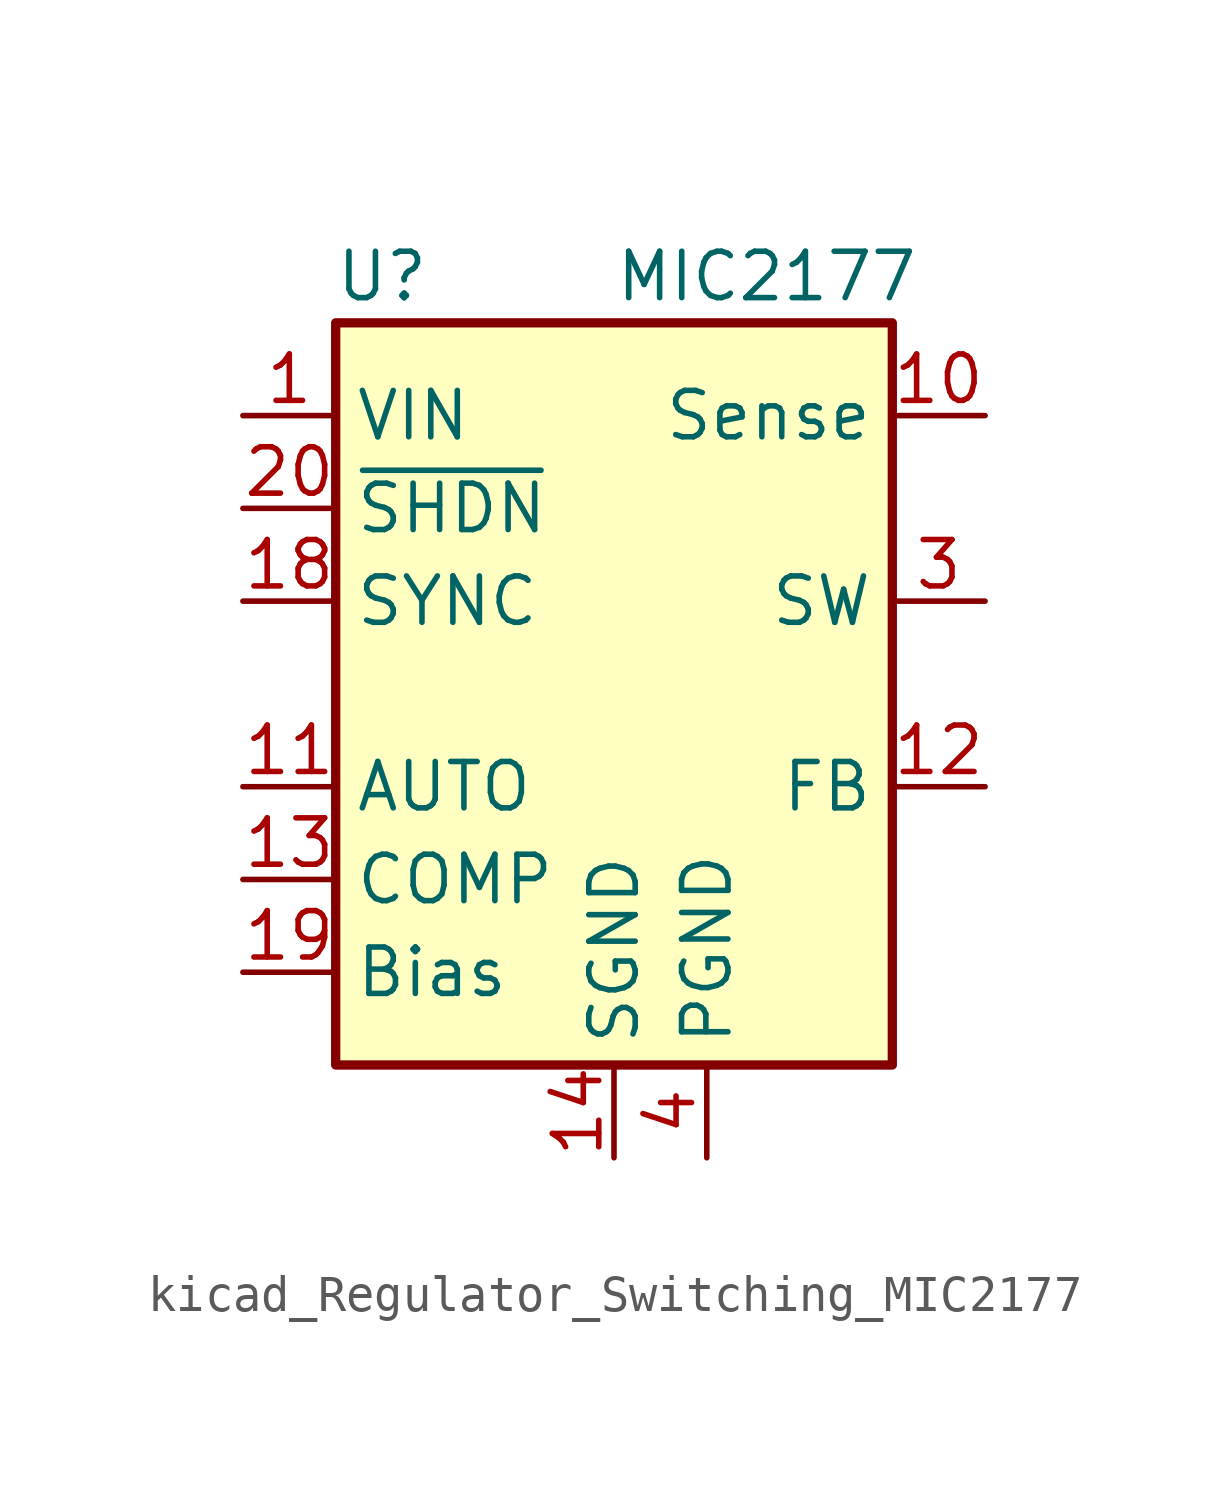
<source format=kicad_sym>
(kicad_symbol_lib
  (version 20220914)
  (generator kicad_symbol_editor)
  (symbol "kicad_Regulator_Switching_MIC2177"
    (property "Reference" "U"
      (at -6.35 13.97 0)
      (effects (font (size 1.27 1.27))))
    (property "Value" "MIC2177"
      (at 0 13.97 0)
      (effects (font (size 1.27 1.27)) (justify left)))
    (symbol "kicad_Regulator_Switching_MIC2177_0_1"
      (rectangle (start -7.62 12.7) (end 7.62 -7.62) (stroke (width 0.254) (type default)) (fill (type background))))
    (symbol "kicad_Regulator_Switching_MIC2177_1_1"
      (pin power_in line (at -10.16 10.16 0) (length 2.54) (name "VIN" (effects (font (size 1.27 1.27)))) (number "1" (effects (font (size 1.27 1.27)))))
      (pin input line (at 10.16 10.16 180) (length 2.54) (name "Sense" (effects (font (size 1.27 1.27)))) (number "10" (effects (font (size 1.27 1.27)))))
      (pin input line (at -10.16 0 0) (length 2.54) (name "AUTO" (effects (font (size 1.27 1.27)))) (number "11" (effects (font (size 1.27 1.27)))))
      (pin input line (at 10.16 0 180) (length 2.54) (name "FB" (effects (font (size 1.27 1.27)))) (number "12" (effects (font (size 1.27 1.27)))))
      (pin input line (at -10.16 -2.54 0) (length 2.54) (name "COMP" (effects (font (size 1.27 1.27)))) (number "13" (effects (font (size 1.27 1.27)))))
      (pin power_in line (at 0 -10.16 90) (length 2.54) (name "SGND" (effects (font (size 1.27 1.27)))) (number "14" (effects (font (size 1.27 1.27)))))
      (pin passive line (at 0 -10.16 90) (length 2.54) hide (name "SGND" (effects (font (size 1.27 1.27)))) (number "15" (effects (font (size 1.27 1.27)))))
      (pin passive line (at 0 -10.16 90) (length 2.54) hide (name "SGND" (effects (font (size 1.27 1.27)))) (number "16" (effects (font (size 1.27 1.27)))))
      (pin passive line (at 0 -10.16 90) (length 2.54) hide (name "SGND" (effects (font (size 1.27 1.27)))) (number "17" (effects (font (size 1.27 1.27)))))
      (pin input line (at -10.16 5.08 0) (length 2.54) (name "SYNC" (effects (font (size 1.27 1.27)))) (number "18" (effects (font (size 1.27 1.27)))))
      (pin input line (at -10.16 -5.08 0) (length 2.54) (name "Bias" (effects (font (size 1.27 1.27)))) (number "19" (effects (font (size 1.27 1.27)))))
      (pin passive line (at -10.16 10.16 0) (length 2.54) hide (name "VIN" (effects (font (size 1.27 1.27)))) (number "2" (effects (font (size 1.27 1.27)))))
      (pin input line (at -10.16 7.62 0) (length 2.54) (name "~{SHDN}" (effects (font (size 1.27 1.27)))) (number "20" (effects (font (size 1.27 1.27)))))
      (pin output line (at 10.16 5.08 180) (length 2.54) (name "SW" (effects (font (size 1.27 1.27)))) (number "3" (effects (font (size 1.27 1.27)))))
      (pin power_in line (at 2.54 -10.16 90) (length 2.54) (name "PGND" (effects (font (size 1.27 1.27)))) (number "4" (effects (font (size 1.27 1.27)))))
      (pin passive line (at 2.54 -10.16 90) (length 2.54) hide (name "PGND" (effects (font (size 1.27 1.27)))) (number "5" (effects (font (size 1.27 1.27)))))
      (pin passive line (at 2.54 -10.16 90) (length 2.54) hide (name "PGND" (effects (font (size 1.27 1.27)))) (number "6" (effects (font (size 1.27 1.27)))))
      (pin passive line (at 2.54 -10.16 90) (length 2.54) hide (name "PGND" (effects (font (size 1.27 1.27)))) (number "7" (effects (font (size 1.27 1.27)))))
      (pin passive line (at 10.16 5.08 180) (length 2.54) hide (name "SW" (effects (font (size 1.27 1.27)))) (number "8" (effects (font (size 1.27 1.27)))))
      (pin passive line (at -10.16 10.16 0) (length 2.54) hide (name "VIN" (effects (font (size 1.27 1.27)))) (number "9" (effects (font (size 1.27 1.27))))))))
</source>
